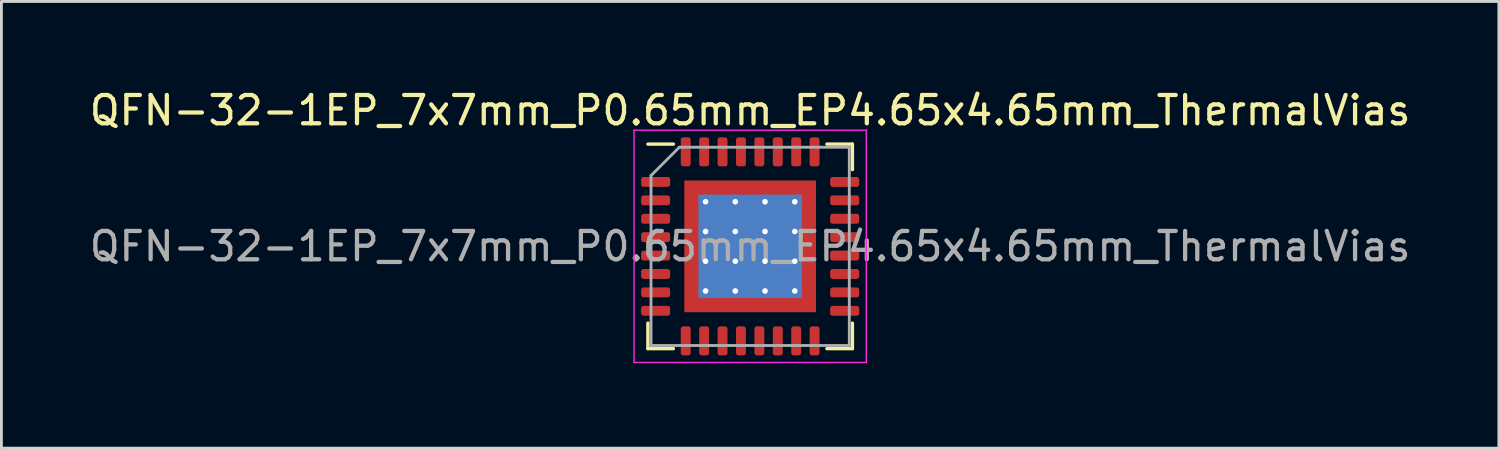
<source format=kicad_pcb>
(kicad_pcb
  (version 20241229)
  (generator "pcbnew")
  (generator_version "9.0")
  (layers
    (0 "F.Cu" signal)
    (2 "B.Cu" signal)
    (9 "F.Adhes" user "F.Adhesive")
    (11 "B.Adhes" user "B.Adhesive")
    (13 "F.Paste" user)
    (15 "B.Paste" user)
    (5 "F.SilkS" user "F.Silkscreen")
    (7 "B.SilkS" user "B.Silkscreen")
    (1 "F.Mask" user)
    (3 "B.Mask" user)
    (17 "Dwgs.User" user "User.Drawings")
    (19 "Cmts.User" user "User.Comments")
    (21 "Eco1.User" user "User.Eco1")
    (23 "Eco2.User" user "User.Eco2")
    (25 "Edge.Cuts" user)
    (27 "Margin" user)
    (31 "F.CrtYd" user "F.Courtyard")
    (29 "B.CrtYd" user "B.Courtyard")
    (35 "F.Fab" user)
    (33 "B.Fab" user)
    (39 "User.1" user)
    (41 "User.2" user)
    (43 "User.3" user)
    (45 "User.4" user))
  (footprint "QFN-32-1EP_7x7mm_P0.65mm_EP4.65x4.65mm_ThermalVias"
    (layer "F.Cu")
    (at 23.435 5.648)
    (property "Reference" "QFN-32-1EP_7x7mm_P0.65mm_EP4.65x4.65mm_ThermalVias" (at 0 -4.8 0) (layer "F.SilkS") (effects (font (size 1 1) (thickness 0.15))))
    (attr smd)
    (fp_line (start -3.61 3.61) (end -3.61 2.71) (stroke (width 0.12) (type solid)) (layer "F.SilkS"))
    (fp_line (start -2.71 -3.61) (end -3.61 -3.61) (stroke (width 0.12) (type solid)) (layer "F.SilkS"))
    (fp_line (start -2.71 3.61) (end -3.61 3.61) (stroke (width 0.12) (type solid)) (layer "F.SilkS"))
    (fp_line (start 2.71 -3.61) (end 3.61 -3.61) (stroke (width 0.12) (type solid)) (layer "F.SilkS"))
    (fp_line (start 2.71 3.61) (end 3.61 3.61) (stroke (width 0.12) (type solid)) (layer "F.SilkS"))
    (fp_line (start 3.61 -3.61) (end 3.61 -2.71) (stroke (width 0.12) (type solid)) (layer "F.SilkS"))
    (fp_line (start 3.61 3.61) (end 3.61 2.71) (stroke (width 0.12) (type solid)) (layer "F.SilkS"))
    (fp_line (start -4.1 -4.1) (end -4.1 4.1) (stroke (width 0.05) (type solid)) (layer "F.CrtYd"))
    (fp_line (start -4.1 4.1) (end 4.1 4.1) (stroke (width 0.05) (type solid)) (layer "F.CrtYd"))
    (fp_line (start 4.1 -4.1) (end -4.1 -4.1) (stroke (width 0.05) (type solid)) (layer "F.CrtYd"))
    (fp_line (start 4.1 4.1) (end 4.1 -4.1) (stroke (width 0.05) (type solid)) (layer "F.CrtYd"))
    (fp_line (start -3.5 -2.5) (end -2.5 -3.5) (stroke (width 0.1) (type solid)) (layer "F.Fab"))
    (fp_line (start -3.5 3.5) (end -3.5 -2.5) (stroke (width 0.1) (type solid)) (layer "F.Fab"))
    (fp_line (start -2.5 -3.5) (end 3.5 -3.5) (stroke (width 0.1) (type solid)) (layer "F.Fab"))
    (fp_line (start 3.5 -3.5) (end 3.5 3.5) (stroke (width 0.1) (type solid)) (layer "F.Fab"))
    (fp_line (start 3.5 3.5) (end -3.5 3.5) (stroke (width 0.1) (type solid)) (layer "F.Fab"))
    (fp_text user "${REFERENCE}" (at 0 0 0) (layer "F.Fab") (effects (font (size 1 1) (thickness 0.15))))
    (pad "" smd custom (at -1.95 -1.95) (size 0.507 0.507) (layers "F.Paste") (options (anchor circle)) (primitives (gr_poly (pts (xy -0.205 -0.205) (xy 0.205 -0.205) (xy 0.205 0.125) (xy 0.125 0.205) (xy -0.205 0.205)) (width 0.194) (fill yes))))
    (pad "" smd custom (at -1.95 -1.05) (size 0.528 0.528) (layers "F.Paste") (options (anchor circle)) (primitives (gr_poly (pts (xy -0.226 -0.347) (xy 0.162 -0.347) (xy 0.226 -0.283) (xy 0.226 0.283) (xy 0.162 0.347) (xy -0.226 0.347)) (width 0.153) (fill yes))))
    (pad "" smd custom (at -1.95 0) (size 0.528 0.528) (layers "F.Paste") (options (anchor circle)) (primitives (gr_poly (pts (xy -0.226 -0.347) (xy 0.162 -0.347) (xy 0.226 -0.283) (xy 0.226 0.283) (xy 0.162 0.347) (xy -0.226 0.347)) (width 0.153) (fill yes))))
    (pad "" smd custom (at -1.95 1.05) (size 0.528 0.528) (layers "F.Paste") (options (anchor circle)) (primitives (gr_poly (pts (xy -0.226 -0.347) (xy 0.162 -0.347) (xy 0.226 -0.283) (xy 0.226 0.283) (xy 0.162 0.347) (xy -0.226 0.347)) (width 0.153) (fill yes))))
    (pad "" smd custom (at -1.95 1.95) (size 0.507 0.507) (layers "F.Paste") (options (anchor circle)) (primitives (gr_poly (pts (xy -0.205 -0.205) (xy 0.125 -0.205) (xy 0.205 -0.125) (xy 0.205 0.205) (xy -0.205 0.205)) (width 0.194) (fill yes))))
    (pad "" smd custom (at -1.05 -1.95) (size 0.528 0.528) (layers "F.Paste") (options (anchor circle)) (primitives (gr_poly (pts (xy -0.347 -0.226) (xy 0.347 -0.226) (xy 0.347 0.162) (xy 0.283 0.226) (xy -0.283 0.226) (xy -0.347 0.162)) (width 0.153) (fill yes))))
    (pad "" smd roundrect (at -1.05 -1.05) (size 0.847 0.847) (layers "F.Paste") (roundrect_rratio 0.25))
    (pad "" smd roundrect (at -1.05 0) (size 0.847 0.847) (layers "F.Paste") (roundrect_rratio 0.25))
    (pad "" smd roundrect (at -1.05 1.05) (size 0.847 0.847) (layers "F.Paste") (roundrect_rratio 0.25))
    (pad "" smd custom (at -1.05 1.95) (size 0.528 0.528) (layers "F.Paste") (options (anchor circle)) (primitives (gr_poly (pts (xy -0.347 -0.162) (xy -0.283 -0.226) (xy 0.283 -0.226) (xy 0.347 -0.162) (xy 0.347 0.226) (xy -0.347 0.226)) (width 0.153) (fill yes))))
    (pad "" smd custom (at 0 -1.95) (size 0.528 0.528) (layers "F.Paste") (options (anchor circle)) (primitives (gr_poly (pts (xy -0.347 -0.226) (xy 0.347 -0.226) (xy 0.347 0.162) (xy 0.283 0.226) (xy -0.283 0.226) (xy -0.347 0.162)) (width 0.153) (fill yes))))
    (pad "" smd roundrect (at 0 -1.05) (size 0.847 0.847) (layers "F.Paste") (roundrect_rratio 0.25))
    (pad "" smd roundrect (at 0 0) (size 0.847 0.847) (layers "F.Paste") (roundrect_rratio 0.25))
    (pad "" smd roundrect (at 0 1.05) (size 0.847 0.847) (layers "F.Paste") (roundrect_rratio 0.25))
    (pad "" smd custom (at 0 1.95) (size 0.528 0.528) (layers "F.Paste") (options (anchor circle)) (primitives (gr_poly (pts (xy -0.347 -0.162) (xy -0.283 -0.226) (xy 0.283 -0.226) (xy 0.347 -0.162) (xy 0.347 0.226) (xy -0.347 0.226)) (width 0.153) (fill yes))))
    (pad "" smd custom (at 1.05 -1.95) (size 0.528 0.528) (layers "F.Paste") (options (anchor circle)) (primitives (gr_poly (pts (xy -0.347 -0.226) (xy 0.347 -0.226) (xy 0.347 0.162) (xy 0.283 0.226) (xy -0.283 0.226) (xy -0.347 0.162)) (width 0.153) (fill yes))))
    (pad "" smd roundrect (at 1.05 -1.05) (size 0.847 0.847) (layers "F.Paste") (roundrect_rratio 0.25))
    (pad "" smd roundrect (at 1.05 0) (size 0.847 0.847) (layers "F.Paste") (roundrect_rratio 0.25))
    (pad "" smd roundrect (at 1.05 1.05) (size 0.847 0.847) (layers "F.Paste") (roundrect_rratio 0.25))
    (pad "" smd custom (at 1.05 1.95) (size 0.528 0.528) (layers "F.Paste") (options (anchor circle)) (primitives (gr_poly (pts (xy -0.347 -0.162) (xy -0.283 -0.226) (xy 0.283 -0.226) (xy 0.347 -0.162) (xy 0.347 0.226) (xy -0.347 0.226)) (width 0.153) (fill yes))))
    (pad "" smd custom (at 1.95 -1.95) (size 0.507 0.507) (layers "F.Paste") (options (anchor circle)) (primitives (gr_poly (pts (xy -0.205 -0.205) (xy 0.205 -0.205) (xy 0.205 0.205) (xy -0.125 0.205) (xy -0.205 0.125)) (width 0.194) (fill yes))))
    (pad "" smd custom (at 1.95 -1.05) (size 0.528 0.528) (layers "F.Paste") (options (anchor circle)) (primitives (gr_poly (pts (xy -0.226 -0.283) (xy -0.162 -0.347) (xy 0.226 -0.347) (xy 0.226 0.347) (xy -0.162 0.347) (xy -0.226 0.283)) (width 0.153) (fill yes))))
    (pad "" smd custom (at 1.95 0) (size 0.528 0.528) (layers "F.Paste") (options (anchor circle)) (primitives (gr_poly (pts (xy -0.226 -0.283) (xy -0.162 -0.347) (xy 0.226 -0.347) (xy 0.226 0.347) (xy -0.162 0.347) (xy -0.226 0.283)) (width 0.153) (fill yes))))
    (pad "" smd custom (at 1.95 1.05) (size 0.528 0.528) (layers "F.Paste") (options (anchor circle)) (primitives (gr_poly (pts (xy -0.226 -0.283) (xy -0.162 -0.347) (xy 0.226 -0.347) (xy 0.226 0.347) (xy -0.162 0.347) (xy -0.226 0.283)) (width 0.153) (fill yes))))
    (pad "" smd custom (at 1.95 1.95) (size 0.507 0.507) (layers "F.Paste") (options (anchor circle)) (primitives (gr_poly (pts (xy -0.205 -0.125) (xy -0.125 -0.205) (xy 0.205 -0.205) (xy 0.205 0.205) (xy -0.205 0.205)) (width 0.194) (fill yes))))
    (pad "1" smd roundrect (at -3.337 -2.275) (size 1.025 0.35) (layers "F.Cu" "F.Mask" "F.Paste") (roundrect_rratio 0.25))
    (pad "2" smd roundrect (at -3.337 -1.625) (size 1.025 0.35) (layers "F.Cu" "F.Mask" "F.Paste") (roundrect_rratio 0.25))
    (pad "3" smd roundrect (at -3.337 -0.975) (size 1.025 0.35) (layers "F.Cu" "F.Mask" "F.Paste") (roundrect_rratio 0.25))
    (pad "4" smd roundrect (at -3.337 -0.325) (size 1.025 0.35) (layers "F.Cu" "F.Mask" "F.Paste") (roundrect_rratio 0.25))
    (pad "5" smd roundrect (at -3.337 0.325) (size 1.025 0.35) (layers "F.Cu" "F.Mask" "F.Paste") (roundrect_rratio 0.25))
    (pad "6" smd roundrect (at -3.337 0.975) (size 1.025 0.35) (layers "F.Cu" "F.Mask" "F.Paste") (roundrect_rratio 0.25))
    (pad "7" smd roundrect (at -3.337 1.625) (size 1.025 0.35) (layers "F.Cu" "F.Mask" "F.Paste") (roundrect_rratio 0.25))
    (pad "8" smd roundrect (at -3.337 2.275) (size 1.025 0.35) (layers "F.Cu" "F.Mask" "F.Paste") (roundrect_rratio 0.25))
    (pad "9" smd roundrect (at -2.275 3.337) (size 0.35 1.025) (layers "F.Cu" "F.Mask" "F.Paste") (roundrect_rratio 0.25))
    (pad "10" smd roundrect (at -1.625 3.337) (size 0.35 1.025) (layers "F.Cu" "F.Mask" "F.Paste") (roundrect_rratio 0.25))
    (pad "11" smd roundrect (at -0.975 3.337) (size 0.35 1.025) (layers "F.Cu" "F.Mask" "F.Paste") (roundrect_rratio 0.25))
    (pad "12" smd roundrect (at -0.325 3.337) (size 0.35 1.025) (layers "F.Cu" "F.Mask" "F.Paste") (roundrect_rratio 0.25))
    (pad "13" smd roundrect (at 0.325 3.337) (size 0.35 1.025) (layers "F.Cu" "F.Mask" "F.Paste") (roundrect_rratio 0.25))
    (pad "14" smd roundrect (at 0.975 3.337) (size 0.35 1.025) (layers "F.Cu" "F.Mask" "F.Paste") (roundrect_rratio 0.25))
    (pad "15" smd roundrect (at 1.625 3.337) (size 0.35 1.025) (layers "F.Cu" "F.Mask" "F.Paste") (roundrect_rratio 0.25))
    (pad "16" smd roundrect (at 2.275 3.337) (size 0.35 1.025) (layers "F.Cu" "F.Mask" "F.Paste") (roundrect_rratio 0.25))
    (pad "17" smd roundrect (at 3.337 2.275) (size 1.025 0.35) (layers "F.Cu" "F.Mask" "F.Paste") (roundrect_rratio 0.25))
    (pad "18" smd roundrect (at 3.337 1.625) (size 1.025 0.35) (layers "F.Cu" "F.Mask" "F.Paste") (roundrect_rratio 0.25))
    (pad "19" smd roundrect (at 3.337 0.975) (size 1.025 0.35) (layers "F.Cu" "F.Mask" "F.Paste") (roundrect_rratio 0.25))
    (pad "20" smd roundrect (at 3.337 0.325) (size 1.025 0.35) (layers "F.Cu" "F.Mask" "F.Paste") (roundrect_rratio 0.25))
    (pad "21" smd roundrect (at 3.337 -0.325) (size 1.025 0.35) (layers "F.Cu" "F.Mask" "F.Paste") (roundrect_rratio 0.25))
    (pad "22" smd roundrect (at 3.337 -0.975) (size 1.025 0.35) (layers "F.Cu" "F.Mask" "F.Paste") (roundrect_rratio 0.25))
    (pad "23" smd roundrect (at 3.337 -1.625) (size 1.025 0.35) (layers "F.Cu" "F.Mask" "F.Paste") (roundrect_rratio 0.25))
    (pad "24" smd roundrect (at 3.337 -2.275) (size 1.025 0.35) (layers "F.Cu" "F.Mask" "F.Paste") (roundrect_rratio 0.25))
    (pad "25" smd roundrect (at 2.275 -3.337) (size 0.35 1.025) (layers "F.Cu" "F.Mask" "F.Paste") (roundrect_rratio 0.25))
    (pad "26" smd roundrect (at 1.625 -3.337) (size 0.35 1.025) (layers "F.Cu" "F.Mask" "F.Paste") (roundrect_rratio 0.25))
    (pad "27" smd roundrect (at 0.975 -3.337) (size 0.35 1.025) (layers "F.Cu" "F.Mask" "F.Paste") (roundrect_rratio 0.25))
    (pad "28" smd roundrect (at 0.325 -3.337) (size 0.35 1.025) (layers "F.Cu" "F.Mask" "F.Paste") (roundrect_rratio 0.25))
    (pad "29" smd roundrect (at -0.325 -3.337) (size 0.35 1.025) (layers "F.Cu" "F.Mask" "F.Paste") (roundrect_rratio 0.25))
    (pad "30" smd roundrect (at -0.975 -3.337) (size 0.35 1.025) (layers "F.Cu" "F.Mask" "F.Paste") (roundrect_rratio 0.25))
    (pad "31" smd roundrect (at -1.625 -3.337) (size 0.35 1.025) (layers "F.Cu" "F.Mask" "F.Paste") (roundrect_rratio 0.25))
    (pad "32" smd roundrect (at -2.275 -3.337) (size 0.35 1.025) (layers "F.Cu" "F.Mask" "F.Paste") (roundrect_rratio 0.25))
    (pad "33" thru_hole circle (at -1.575 -1.575) (size 0.5 0.5) (drill 0.2) (layers "*.Cu"))
    (pad "33" thru_hole circle (at -1.575 -0.525) (size 0.5 0.5) (drill 0.2) (layers "*.Cu"))
    (pad "33" thru_hole circle (at -1.575 0.525) (size 0.5 0.5) (drill 0.2) (layers "*.Cu"))
    (pad "33" thru_hole circle (at -1.575 1.575) (size 0.5 0.5) (drill 0.2) (layers "*.Cu"))
    (pad "33" thru_hole circle (at -0.525 -1.575) (size 0.5 0.5) (drill 0.2) (layers "*.Cu"))
    (pad "33" thru_hole circle (at -0.525 -0.525) (size 0.5 0.5) (drill 0.2) (layers "*.Cu"))
    (pad "33" thru_hole circle (at -0.525 0.525) (size 0.5 0.5) (drill 0.2) (layers "*.Cu"))
    (pad "33" thru_hole circle (at -0.525 1.575) (size 0.5 0.5) (drill 0.2) (layers "*.Cu"))
    (pad "33" smd rect (at 0 0) (size 3.65 3.65) (layers "B.Cu"))
    (pad "33" smd rect (at 0 0) (size 4.65 4.65) (layers "F.Cu" "F.Mask"))
    (pad "33" thru_hole circle (at 0.525 -1.575) (size 0.5 0.5) (drill 0.2) (layers "*.Cu"))
    (pad "33" thru_hole circle (at 0.525 -0.525) (size 0.5 0.5) (drill 0.2) (layers "*.Cu"))
    (pad "33" thru_hole circle (at 0.525 0.525) (size 0.5 0.5) (drill 0.2) (layers "*.Cu"))
    (pad "33" thru_hole circle (at 0.525 1.575) (size 0.5 0.5) (drill 0.2) (layers "*.Cu"))
    (pad "33" thru_hole circle (at 1.575 -1.575) (size 0.5 0.5) (drill 0.2) (layers "*.Cu"))
    (pad "33" thru_hole circle (at 1.575 -0.525) (size 0.5 0.5) (drill 0.2) (layers "*.Cu"))
    (pad "33" thru_hole circle (at 1.575 0.525) (size 0.5 0.5) (drill 0.2) (layers "*.Cu"))
    (pad "33" thru_hole circle (at 1.575 1.575) (size 0.5 0.5) (drill 0.2) (layers "*.Cu")))
  (gr_rect
    (start -3 -3)
    (end 49.869 12.773)
    (stroke (width 0.1) (type default))
    (fill no)
    (layer "Edge.Cuts")))
</source>
